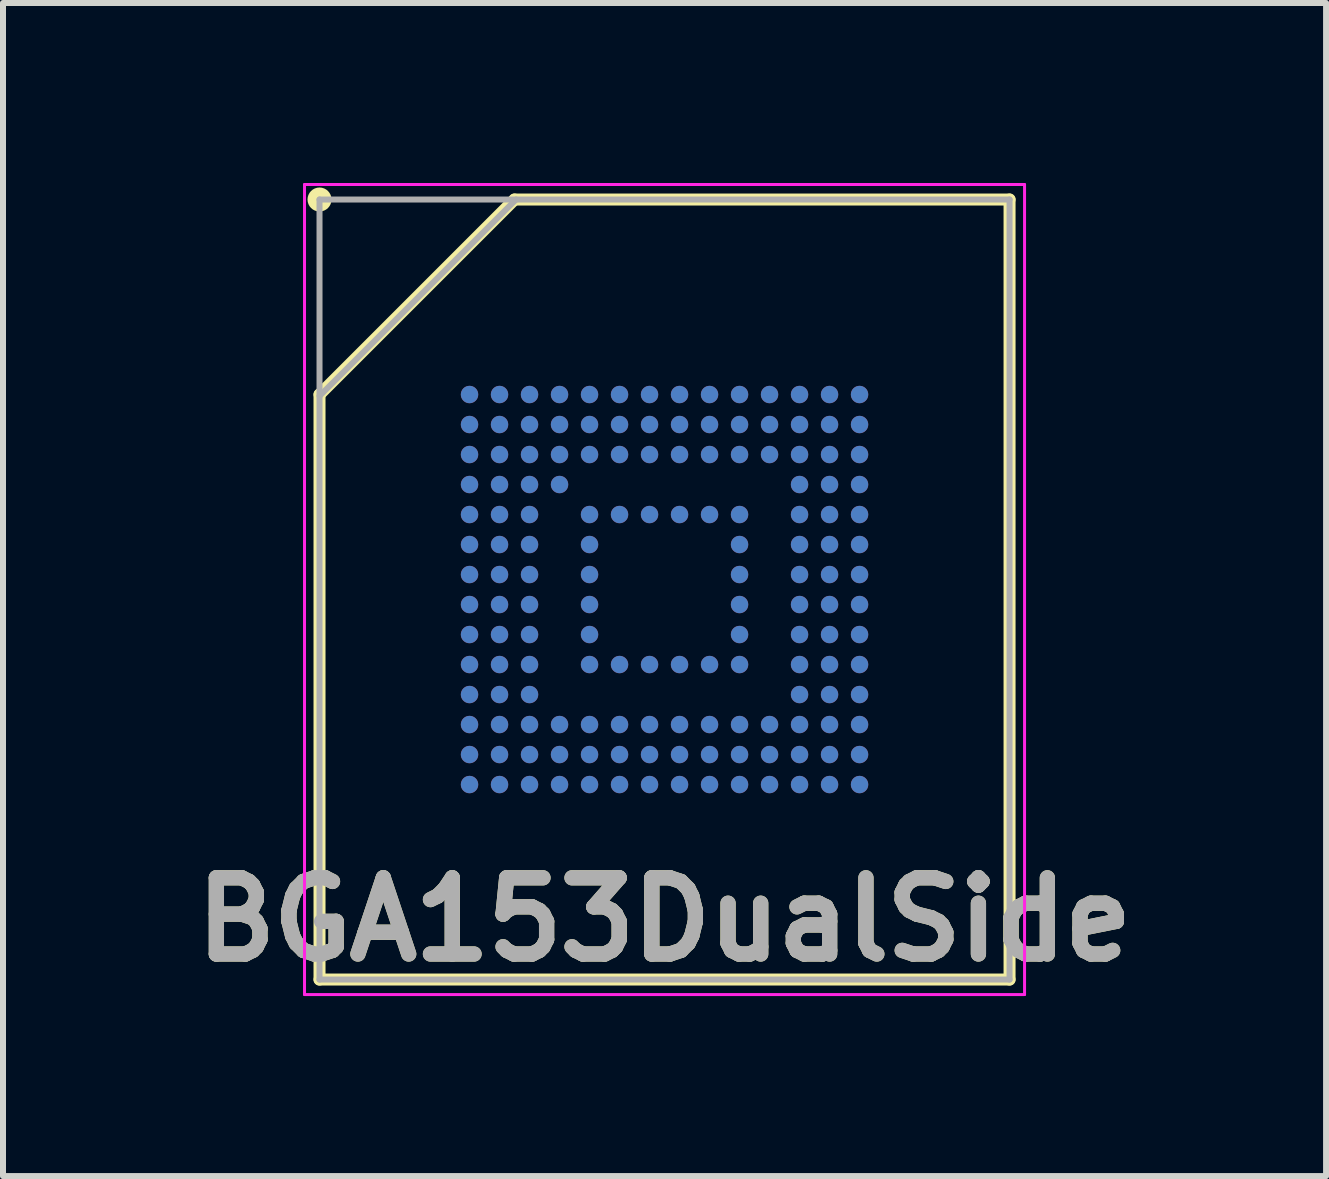
<source format=kicad_pcb>
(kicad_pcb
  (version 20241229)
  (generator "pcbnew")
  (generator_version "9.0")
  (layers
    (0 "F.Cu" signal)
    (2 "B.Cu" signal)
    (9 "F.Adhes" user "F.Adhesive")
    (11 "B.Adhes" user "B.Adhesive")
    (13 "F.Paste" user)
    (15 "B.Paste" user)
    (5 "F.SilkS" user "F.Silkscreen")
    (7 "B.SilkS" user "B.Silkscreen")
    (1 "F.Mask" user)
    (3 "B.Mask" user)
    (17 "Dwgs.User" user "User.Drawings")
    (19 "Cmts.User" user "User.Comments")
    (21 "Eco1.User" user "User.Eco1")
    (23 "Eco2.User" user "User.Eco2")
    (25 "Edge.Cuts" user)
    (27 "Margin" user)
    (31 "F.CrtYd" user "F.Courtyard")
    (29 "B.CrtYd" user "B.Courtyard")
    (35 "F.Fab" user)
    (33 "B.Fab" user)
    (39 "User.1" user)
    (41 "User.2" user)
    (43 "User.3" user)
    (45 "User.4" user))
  (footprint "BGA153DualSide"
    (layer "F.Cu")
    (at 8.025 6.775)
    (property "Reference" "BGA153DualSide" (at 0 5.5 0) (layer "F.SilkS") (effects (font (size 1.27 1.27) (thickness 0.254))))
    (attr smd)
    (fp_line (start -5.75 -3.25) (end -2.5 -6.5) (stroke (width 0.2) (type solid)) (layer "F.SilkS"))
    (fp_line (start -5.75 6.5) (end -5.75 -3.25) (stroke (width 0.2) (type solid)) (layer "F.SilkS"))
    (fp_line (start -2.5 -6.5) (end 5.75 -6.5) (stroke (width 0.2) (type solid)) (layer "F.SilkS"))
    (fp_line (start 5.75 -6.5) (end 5.75 6.5) (stroke (width 0.2) (type solid)) (layer "F.SilkS"))
    (fp_line (start 5.75 6.5) (end -5.75 6.5) (stroke (width 0.2) (type solid)) (layer "F.SilkS"))
    (fp_circle (center -5.75 -6.5) (end -5.75 -6.4) (stroke (width 0.2) (type solid)) (fill no) (layer "F.SilkS"))
    (fp_line (start -6 -6.75) (end 6 -6.75) (stroke (width 0.05) (type solid)) (layer "F.CrtYd"))
    (fp_line (start -6 6.75) (end -6 -6.75) (stroke (width 0.05) (type solid)) (layer "F.CrtYd"))
    (fp_line (start 6 -6.75) (end 6 6.75) (stroke (width 0.05) (type solid)) (layer "F.CrtYd"))
    (fp_line (start 6 6.75) (end -6 6.75) (stroke (width 0.05) (type solid)) (layer "F.CrtYd"))
    (fp_line (start -5.75 -6.5) (end 5.75 -6.5) (stroke (width 0.1) (type solid)) (layer "F.Fab"))
    (fp_line (start -5.75 -3.225) (end -2.475 -6.5) (stroke (width 0.1) (type solid)) (layer "F.Fab"))
    (fp_line (start -5.75 6.5) (end -5.75 -6.5) (stroke (width 0.1) (type solid)) (layer "F.Fab"))
    (fp_line (start 5.75 -6.5) (end 5.75 6.5) (stroke (width 0.1) (type solid)) (layer "F.Fab"))
    (fp_line (start 5.75 6.5) (end -5.75 6.5) (stroke (width 0.1) (type solid)) (layer "F.Fab"))
    (fp_text user "${REFERENCE}" (at 0 5.5 0) (layer "F.Fab") (effects (font (size 1.27 1.27) (thickness 0.254))))
    (pad "A1" smd circle (at -3.25 -3.25 90) (size 0.29 0.29) (layers "F.Cu" "F.Mask" "F.Paste"))
    (pad "A1" smd circle (at -3.25 -3.25 90) (size 0.29 0.29) (layers "B.Cu" "B.Mask" "B.Paste"))
    (pad "A2" smd circle (at -2.75 -3.25 90) (size 0.29 0.29) (layers "F.Cu" "F.Mask" "F.Paste"))
    (pad "A2" smd circle (at -2.75 -3.25 90) (size 0.29 0.29) (layers "B.Cu" "B.Mask" "B.Paste"))
    (pad "A3" smd circle (at -2.25 -3.25 90) (size 0.29 0.29) (layers "F.Cu" "F.Mask" "F.Paste"))
    (pad "A3" smd circle (at -2.25 -3.25 90) (size 0.29 0.29) (layers "B.Cu" "B.Mask" "B.Paste"))
    (pad "A4" smd circle (at -1.75 -3.25 90) (size 0.29 0.29) (layers "F.Cu" "F.Mask" "F.Paste"))
    (pad "A4" smd circle (at -1.75 -3.25 90) (size 0.29 0.29) (layers "B.Cu" "B.Mask" "B.Paste"))
    (pad "A5" smd circle (at -1.25 -3.25 90) (size 0.29 0.29) (layers "F.Cu" "F.Mask" "F.Paste"))
    (pad "A5" smd circle (at -1.25 -3.25 90) (size 0.29 0.29) (layers "B.Cu" "B.Mask" "B.Paste"))
    (pad "A6" smd circle (at -0.75 -3.25 90) (size 0.29 0.29) (layers "F.Cu" "F.Mask" "F.Paste"))
    (pad "A6" smd circle (at -0.75 -3.25 90) (size 0.29 0.29) (layers "B.Cu" "B.Mask" "B.Paste"))
    (pad "A7" smd circle (at -0.25 -3.25 90) (size 0.29 0.29) (layers "F.Cu" "F.Mask" "F.Paste"))
    (pad "A7" smd circle (at -0.25 -3.25 90) (size 0.29 0.29) (layers "B.Cu" "B.Mask" "B.Paste"))
    (pad "A8" smd circle (at 0.25 -3.25 90) (size 0.29 0.29) (layers "F.Cu" "F.Mask" "F.Paste"))
    (pad "A8" smd circle (at 0.25 -3.25 90) (size 0.29 0.29) (layers "B.Cu" "B.Mask" "B.Paste"))
    (pad "A9" smd circle (at 0.75 -3.25 90) (size 0.29 0.29) (layers "F.Cu" "F.Mask" "F.Paste"))
    (pad "A9" smd circle (at 0.75 -3.25 90) (size 0.29 0.29) (layers "B.Cu" "B.Mask" "B.Paste"))
    (pad "A10" smd circle (at 1.25 -3.25 90) (size 0.29 0.29) (layers "F.Cu" "F.Mask" "F.Paste"))
    (pad "A10" smd circle (at 1.25 -3.25 90) (size 0.29 0.29) (layers "B.Cu" "B.Mask" "B.Paste"))
    (pad "A11" smd circle (at 1.75 -3.25 90) (size 0.29 0.29) (layers "F.Cu" "F.Mask" "F.Paste"))
    (pad "A11" smd circle (at 1.75 -3.25 90) (size 0.29 0.29) (layers "B.Cu" "B.Mask" "B.Paste"))
    (pad "A12" smd circle (at 2.25 -3.25 90) (size 0.29 0.29) (layers "F.Cu" "F.Mask" "F.Paste"))
    (pad "A12" smd circle (at 2.25 -3.25 90) (size 0.29 0.29) (layers "B.Cu" "B.Mask" "B.Paste"))
    (pad "A13" smd circle (at 2.75 -3.25 90) (size 0.29 0.29) (layers "F.Cu" "F.Mask" "F.Paste"))
    (pad "A13" smd circle (at 2.75 -3.25 90) (size 0.29 0.29) (layers "B.Cu" "B.Mask" "B.Paste"))
    (pad "A14" smd circle (at 3.25 -3.25 90) (size 0.29 0.29) (layers "F.Cu" "F.Mask" "F.Paste"))
    (pad "A14" smd circle (at 3.25 -3.25 90) (size 0.29 0.29) (layers "B.Cu" "B.Mask" "B.Paste"))
    (pad "B1" smd circle (at -3.25 -2.75 90) (size 0.29 0.29) (layers "F.Cu" "F.Mask" "F.Paste"))
    (pad "B1" smd circle (at -3.25 -2.75 90) (size 0.29 0.29) (layers "B.Cu" "B.Mask" "B.Paste"))
    (pad "B2" smd circle (at -2.75 -2.75 90) (size 0.29 0.29) (layers "F.Cu" "F.Mask" "F.Paste"))
    (pad "B2" smd circle (at -2.75 -2.75 90) (size 0.29 0.29) (layers "B.Cu" "B.Mask" "B.Paste"))
    (pad "B3" smd circle (at -2.25 -2.75 90) (size 0.29 0.29) (layers "F.Cu" "F.Mask" "F.Paste"))
    (pad "B3" smd circle (at -2.25 -2.75 90) (size 0.29 0.29) (layers "B.Cu" "B.Mask" "B.Paste"))
    (pad "B4" smd circle (at -1.75 -2.75 90) (size 0.29 0.29) (layers "F.Cu" "F.Mask" "F.Paste"))
    (pad "B4" smd circle (at -1.75 -2.75 90) (size 0.29 0.29) (layers "B.Cu" "B.Mask" "B.Paste"))
    (pad "B5" smd circle (at -1.25 -2.75 90) (size 0.29 0.29) (layers "F.Cu" "F.Mask" "F.Paste"))
    (pad "B5" smd circle (at -1.25 -2.75 90) (size 0.29 0.29) (layers "B.Cu" "B.Mask" "B.Paste"))
    (pad "B6" smd circle (at -0.75 -2.75 90) (size 0.29 0.29) (layers "F.Cu" "F.Mask" "F.Paste"))
    (pad "B6" smd circle (at -0.75 -2.75 90) (size 0.29 0.29) (layers "B.Cu" "B.Mask" "B.Paste"))
    (pad "B7" smd circle (at -0.25 -2.75 90) (size 0.29 0.29) (layers "F.Cu" "F.Mask" "F.Paste"))
    (pad "B7" smd circle (at -0.25 -2.75 90) (size 0.29 0.29) (layers "B.Cu" "B.Mask" "B.Paste"))
    (pad "B8" smd circle (at 0.25 -2.75 90) (size 0.29 0.29) (layers "F.Cu" "F.Mask" "F.Paste"))
    (pad "B8" smd circle (at 0.25 -2.75 90) (size 0.29 0.29) (layers "B.Cu" "B.Mask" "B.Paste"))
    (pad "B9" smd circle (at 0.75 -2.75 90) (size 0.29 0.29) (layers "F.Cu" "F.Mask" "F.Paste"))
    (pad "B9" smd circle (at 0.75 -2.75 90) (size 0.29 0.29) (layers "B.Cu" "B.Mask" "B.Paste"))
    (pad "B10" smd circle (at 1.25 -2.75 90) (size 0.29 0.29) (layers "F.Cu" "F.Mask" "F.Paste"))
    (pad "B10" smd circle (at 1.25 -2.75 90) (size 0.29 0.29) (layers "B.Cu" "B.Mask" "B.Paste"))
    (pad "B11" smd circle (at 1.75 -2.75 90) (size 0.29 0.29) (layers "F.Cu" "F.Mask" "F.Paste"))
    (pad "B11" smd circle (at 1.75 -2.75 90) (size 0.29 0.29) (layers "B.Cu" "B.Mask" "B.Paste"))
    (pad "B12" smd circle (at 2.25 -2.75 90) (size 0.29 0.29) (layers "F.Cu" "F.Mask" "F.Paste"))
    (pad "B12" smd circle (at 2.25 -2.75 90) (size 0.29 0.29) (layers "B.Cu" "B.Mask" "B.Paste"))
    (pad "B13" smd circle (at 2.75 -2.75 90) (size 0.29 0.29) (layers "F.Cu" "F.Mask" "F.Paste"))
    (pad "B13" smd circle (at 2.75 -2.75 90) (size 0.29 0.29) (layers "B.Cu" "B.Mask" "B.Paste"))
    (pad "B14" smd circle (at 3.25 -2.75 90) (size 0.29 0.29) (layers "F.Cu" "F.Mask" "F.Paste"))
    (pad "B14" smd circle (at 3.25 -2.75 90) (size 0.29 0.29) (layers "B.Cu" "B.Mask" "B.Paste"))
    (pad "C1" smd circle (at -3.25 -2.25 90) (size 0.29 0.29) (layers "F.Cu" "F.Mask" "F.Paste"))
    (pad "C1" smd circle (at -3.25 -2.25 90) (size 0.29 0.29) (layers "B.Cu" "B.Mask" "B.Paste"))
    (pad "C2" smd circle (at -2.75 -2.25 90) (size 0.29 0.29) (layers "F.Cu" "F.Mask" "F.Paste"))
    (pad "C2" smd circle (at -2.75 -2.25 90) (size 0.29 0.29) (layers "B.Cu" "B.Mask" "B.Paste"))
    (pad "C3" smd circle (at -2.25 -2.25 90) (size 0.29 0.29) (layers "F.Cu" "F.Mask" "F.Paste"))
    (pad "C3" smd circle (at -2.25 -2.25 90) (size 0.29 0.29) (layers "B.Cu" "B.Mask" "B.Paste"))
    (pad "C4" smd circle (at -1.75 -2.25 90) (size 0.29 0.29) (layers "F.Cu" "F.Mask" "F.Paste"))
    (pad "C4" smd circle (at -1.75 -2.25 90) (size 0.29 0.29) (layers "B.Cu" "B.Mask" "B.Paste"))
    (pad "C5" smd circle (at -1.25 -2.25 90) (size 0.29 0.29) (layers "F.Cu" "F.Mask" "F.Paste"))
    (pad "C5" smd circle (at -1.25 -2.25 90) (size 0.29 0.29) (layers "B.Cu" "B.Mask" "B.Paste"))
    (pad "C6" smd circle (at -0.75 -2.25 90) (size 0.29 0.29) (layers "F.Cu" "F.Mask" "F.Paste"))
    (pad "C6" smd circle (at -0.75 -2.25 90) (size 0.29 0.29) (layers "B.Cu" "B.Mask" "B.Paste"))
    (pad "C7" smd circle (at -0.25 -2.25 90) (size 0.29 0.29) (layers "F.Cu" "F.Mask" "F.Paste"))
    (pad "C7" smd circle (at -0.25 -2.25 90) (size 0.29 0.29) (layers "B.Cu" "B.Mask" "B.Paste"))
    (pad "C8" smd circle (at 0.25 -2.25 90) (size 0.29 0.29) (layers "F.Cu" "F.Mask" "F.Paste"))
    (pad "C8" smd circle (at 0.25 -2.25 90) (size 0.29 0.29) (layers "B.Cu" "B.Mask" "B.Paste"))
    (pad "C9" smd circle (at 0.75 -2.25 90) (size 0.29 0.29) (layers "F.Cu" "F.Mask" "F.Paste"))
    (pad "C9" smd circle (at 0.75 -2.25 90) (size 0.29 0.29) (layers "B.Cu" "B.Mask" "B.Paste"))
    (pad "C10" smd circle (at 1.25 -2.25 90) (size 0.29 0.29) (layers "F.Cu" "F.Mask" "F.Paste"))
    (pad "C10" smd circle (at 1.25 -2.25 90) (size 0.29 0.29) (layers "B.Cu" "B.Mask" "B.Paste"))
    (pad "C11" smd circle (at 1.75 -2.25 90) (size 0.29 0.29) (layers "F.Cu" "F.Mask" "F.Paste"))
    (pad "C11" smd circle (at 1.75 -2.25 90) (size 0.29 0.29) (layers "B.Cu" "B.Mask" "B.Paste"))
    (pad "C12" smd circle (at 2.25 -2.25 90) (size 0.29 0.29) (layers "F.Cu" "F.Mask" "F.Paste"))
    (pad "C12" smd circle (at 2.25 -2.25 90) (size 0.29 0.29) (layers "B.Cu" "B.Mask" "B.Paste"))
    (pad "C13" smd circle (at 2.75 -2.25 90) (size 0.29 0.29) (layers "F.Cu" "F.Mask" "F.Paste"))
    (pad "C13" smd circle (at 2.75 -2.25 90) (size 0.29 0.29) (layers "B.Cu" "B.Mask" "B.Paste"))
    (pad "C14" smd circle (at 3.25 -2.25 90) (size 0.29 0.29) (layers "F.Cu" "F.Mask" "F.Paste"))
    (pad "C14" smd circle (at 3.25 -2.25 90) (size 0.29 0.29) (layers "B.Cu" "B.Mask" "B.Paste"))
    (pad "D1" smd circle (at -3.25 -1.75 90) (size 0.29 0.29) (layers "F.Cu" "F.Mask" "F.Paste"))
    (pad "D1" smd circle (at -3.25 -1.75 90) (size 0.29 0.29) (layers "B.Cu" "B.Mask" "B.Paste"))
    (pad "D2" smd circle (at -2.75 -1.75 90) (size 0.29 0.29) (layers "F.Cu" "F.Mask" "F.Paste"))
    (pad "D2" smd circle (at -2.75 -1.75 90) (size 0.29 0.29) (layers "B.Cu" "B.Mask" "B.Paste"))
    (pad "D3" smd circle (at -2.25 -1.75 90) (size 0.29 0.29) (layers "F.Cu" "F.Mask" "F.Paste"))
    (pad "D3" smd circle (at -2.25 -1.75 90) (size 0.29 0.29) (layers "B.Cu" "B.Mask" "B.Paste"))
    (pad "D4" smd circle (at -1.75 -1.75 90) (size 0.29 0.29) (layers "F.Cu" "F.Mask" "F.Paste"))
    (pad "D4" smd circle (at -1.75 -1.75 90) (size 0.29 0.29) (layers "B.Cu" "B.Mask" "B.Paste"))
    (pad "D12" smd circle (at 2.25 -1.75 90) (size 0.29 0.29) (layers "F.Cu" "F.Mask" "F.Paste"))
    (pad "D12" smd circle (at 2.25 -1.75 90) (size 0.29 0.29) (layers "B.Cu" "B.Mask" "B.Paste"))
    (pad "D13" smd circle (at 2.75 -1.75 90) (size 0.29 0.29) (layers "F.Cu" "F.Mask" "F.Paste"))
    (pad "D13" smd circle (at 2.75 -1.75 90) (size 0.29 0.29) (layers "B.Cu" "B.Mask" "B.Paste"))
    (pad "D14" smd circle (at 3.25 -1.75 90) (size 0.29 0.29) (layers "F.Cu" "F.Mask" "F.Paste"))
    (pad "D14" smd circle (at 3.25 -1.75 90) (size 0.29 0.29) (layers "B.Cu" "B.Mask" "B.Paste"))
    (pad "E1" smd circle (at -3.25 -1.25 90) (size 0.29 0.29) (layers "F.Cu" "F.Mask" "F.Paste"))
    (pad "E1" smd circle (at -3.25 -1.25 90) (size 0.29 0.29) (layers "B.Cu" "B.Mask" "B.Paste"))
    (pad "E2" smd circle (at -2.75 -1.25 90) (size 0.29 0.29) (layers "F.Cu" "F.Mask" "F.Paste"))
    (pad "E2" smd circle (at -2.75 -1.25 90) (size 0.29 0.29) (layers "B.Cu" "B.Mask" "B.Paste"))
    (pad "E3" smd circle (at -2.25 -1.25 90) (size 0.29 0.29) (layers "F.Cu" "F.Mask" "F.Paste"))
    (pad "E3" smd circle (at -2.25 -1.25 90) (size 0.29 0.29) (layers "B.Cu" "B.Mask" "B.Paste"))
    (pad "E5" smd circle (at -1.25 -1.25 90) (size 0.29 0.29) (layers "F.Cu" "F.Mask" "F.Paste"))
    (pad "E5" smd circle (at -1.25 -1.25 90) (size 0.29 0.29) (layers "B.Cu" "B.Mask" "B.Paste"))
    (pad "E6" smd circle (at -0.75 -1.25 90) (size 0.29 0.29) (layers "F.Cu" "F.Mask" "F.Paste"))
    (pad "E6" smd circle (at -0.75 -1.25 90) (size 0.29 0.29) (layers "B.Cu" "B.Mask" "B.Paste"))
    (pad "E7" smd circle (at -0.25 -1.25 90) (size 0.29 0.29) (layers "F.Cu" "F.Mask" "F.Paste"))
    (pad "E7" smd circle (at -0.25 -1.25 90) (size 0.29 0.29) (layers "B.Cu" "B.Mask" "B.Paste"))
    (pad "E8" smd circle (at 0.25 -1.25 90) (size 0.29 0.29) (layers "F.Cu" "F.Mask" "F.Paste"))
    (pad "E8" smd circle (at 0.25 -1.25 90) (size 0.29 0.29) (layers "B.Cu" "B.Mask" "B.Paste"))
    (pad "E9" smd circle (at 0.75 -1.25 90) (size 0.29 0.29) (layers "F.Cu" "F.Mask" "F.Paste"))
    (pad "E9" smd circle (at 0.75 -1.25 90) (size 0.29 0.29) (layers "B.Cu" "B.Mask" "B.Paste"))
    (pad "E10" smd circle (at 1.25 -1.25 90) (size 0.29 0.29) (layers "F.Cu" "F.Mask" "F.Paste"))
    (pad "E10" smd circle (at 1.25 -1.25 90) (size 0.29 0.29) (layers "B.Cu" "B.Mask" "B.Paste"))
    (pad "E12" smd circle (at 2.25 -1.25 90) (size 0.29 0.29) (layers "F.Cu" "F.Mask" "F.Paste"))
    (pad "E12" smd circle (at 2.25 -1.25 90) (size 0.29 0.29) (layers "B.Cu" "B.Mask" "B.Paste"))
    (pad "E13" smd circle (at 2.75 -1.25 90) (size 0.29 0.29) (layers "F.Cu" "F.Mask" "F.Paste"))
    (pad "E13" smd circle (at 2.75 -1.25 90) (size 0.29 0.29) (layers "B.Cu" "B.Mask" "B.Paste"))
    (pad "E14" smd circle (at 3.25 -1.25 90) (size 0.29 0.29) (layers "F.Cu" "F.Mask" "F.Paste"))
    (pad "E14" smd circle (at 3.25 -1.25 90) (size 0.29 0.29) (layers "B.Cu" "B.Mask" "B.Paste"))
    (pad "F1" smd circle (at -3.25 -0.75 90) (size 0.29 0.29) (layers "F.Cu" "F.Mask" "F.Paste"))
    (pad "F1" smd circle (at -3.25 -0.75 90) (size 0.29 0.29) (layers "B.Cu" "B.Mask" "B.Paste"))
    (pad "F2" smd circle (at -2.75 -0.75 90) (size 0.29 0.29) (layers "F.Cu" "F.Mask" "F.Paste"))
    (pad "F2" smd circle (at -2.75 -0.75 90) (size 0.29 0.29) (layers "B.Cu" "B.Mask" "B.Paste"))
    (pad "F3" smd circle (at -2.25 -0.75 90) (size 0.29 0.29) (layers "F.Cu" "F.Mask" "F.Paste"))
    (pad "F3" smd circle (at -2.25 -0.75 90) (size 0.29 0.29) (layers "B.Cu" "B.Mask" "B.Paste"))
    (pad "F5" smd circle (at -1.25 -0.75 90) (size 0.29 0.29) (layers "F.Cu" "F.Mask" "F.Paste"))
    (pad "F5" smd circle (at -1.25 -0.75 90) (size 0.29 0.29) (layers "B.Cu" "B.Mask" "B.Paste"))
    (pad "F10" smd circle (at 1.25 -0.75 90) (size 0.29 0.29) (layers "F.Cu" "F.Mask" "F.Paste"))
    (pad "F10" smd circle (at 1.25 -0.75 90) (size 0.29 0.29) (layers "B.Cu" "B.Mask" "B.Paste"))
    (pad "F12" smd circle (at 2.25 -0.75 90) (size 0.29 0.29) (layers "F.Cu" "F.Mask" "F.Paste"))
    (pad "F12" smd circle (at 2.25 -0.75 90) (size 0.29 0.29) (layers "B.Cu" "B.Mask" "B.Paste"))
    (pad "F13" smd circle (at 2.75 -0.75 90) (size 0.29 0.29) (layers "F.Cu" "F.Mask" "F.Paste"))
    (pad "F13" smd circle (at 2.75 -0.75 90) (size 0.29 0.29) (layers "B.Cu" "B.Mask" "B.Paste"))
    (pad "F14" smd circle (at 3.25 -0.75 90) (size 0.29 0.29) (layers "F.Cu" "F.Mask" "F.Paste"))
    (pad "F14" smd circle (at 3.25 -0.75 90) (size 0.29 0.29) (layers "B.Cu" "B.Mask" "B.Paste"))
    (pad "G1" smd circle (at -3.25 -0.25 90) (size 0.29 0.29) (layers "F.Cu" "F.Mask" "F.Paste"))
    (pad "G1" smd circle (at -3.25 -0.25 90) (size 0.29 0.29) (layers "B.Cu" "B.Mask" "B.Paste"))
    (pad "G2" smd circle (at -2.75 -0.25 90) (size 0.29 0.29) (layers "F.Cu" "F.Mask" "F.Paste"))
    (pad "G2" smd circle (at -2.75 -0.25 90) (size 0.29 0.29) (layers "B.Cu" "B.Mask" "B.Paste"))
    (pad "G3" smd circle (at -2.25 -0.25 90) (size 0.29 0.29) (layers "F.Cu" "F.Mask" "F.Paste"))
    (pad "G3" smd circle (at -2.25 -0.25 90) (size 0.29 0.29) (layers "B.Cu" "B.Mask" "B.Paste"))
    (pad "G5" smd circle (at -1.25 -0.25 90) (size 0.29 0.29) (layers "F.Cu" "F.Mask" "F.Paste"))
    (pad "G5" smd circle (at -1.25 -0.25 90) (size 0.29 0.29) (layers "B.Cu" "B.Mask" "B.Paste"))
    (pad "G10" smd circle (at 1.25 -0.25 90) (size 0.29 0.29) (layers "F.Cu" "F.Mask" "F.Paste"))
    (pad "G10" smd circle (at 1.25 -0.25 90) (size 0.29 0.29) (layers "B.Cu" "B.Mask" "B.Paste"))
    (pad "G12" smd circle (at 2.25 -0.25 90) (size 0.29 0.29) (layers "F.Cu" "F.Mask" "F.Paste"))
    (pad "G12" smd circle (at 2.25 -0.25 90) (size 0.29 0.29) (layers "B.Cu" "B.Mask" "B.Paste"))
    (pad "G13" smd circle (at 2.75 -0.25 90) (size 0.29 0.29) (layers "F.Cu" "F.Mask" "F.Paste"))
    (pad "G13" smd circle (at 2.75 -0.25 90) (size 0.29 0.29) (layers "B.Cu" "B.Mask" "B.Paste"))
    (pad "G14" smd circle (at 3.25 -0.25 90) (size 0.29 0.29) (layers "F.Cu" "F.Mask" "F.Paste"))
    (pad "G14" smd circle (at 3.25 -0.25 90) (size 0.29 0.29) (layers "B.Cu" "B.Mask" "B.Paste"))
    (pad "H1" smd circle (at -3.25 0.25 90) (size 0.29 0.29) (layers "F.Cu" "F.Mask" "F.Paste"))
    (pad "H1" smd circle (at -3.25 0.25 90) (size 0.29 0.29) (layers "B.Cu" "B.Mask" "B.Paste"))
    (pad "H2" smd circle (at -2.75 0.25 90) (size 0.29 0.29) (layers "F.Cu" "F.Mask" "F.Paste"))
    (pad "H2" smd circle (at -2.75 0.25 90) (size 0.29 0.29) (layers "B.Cu" "B.Mask" "B.Paste"))
    (pad "H3" smd circle (at -2.25 0.25 90) (size 0.29 0.29) (layers "F.Cu" "F.Mask" "F.Paste"))
    (pad "H3" smd circle (at -2.25 0.25 90) (size 0.29 0.29) (layers "B.Cu" "B.Mask" "B.Paste"))
    (pad "H5" smd circle (at -1.25 0.25 90) (size 0.29 0.29) (layers "F.Cu" "F.Mask" "F.Paste"))
    (pad "H5" smd circle (at -1.25 0.25 90) (size 0.29 0.29) (layers "B.Cu" "B.Mask" "B.Paste"))
    (pad "H10" smd circle (at 1.25 0.25 90) (size 0.29 0.29) (layers "F.Cu" "F.Mask" "F.Paste"))
    (pad "H10" smd circle (at 1.25 0.25 90) (size 0.29 0.29) (layers "B.Cu" "B.Mask" "B.Paste"))
    (pad "H12" smd circle (at 2.25 0.25 90) (size 0.29 0.29) (layers "F.Cu" "F.Mask" "F.Paste"))
    (pad "H12" smd circle (at 2.25 0.25 90) (size 0.29 0.29) (layers "B.Cu" "B.Mask" "B.Paste"))
    (pad "H13" smd circle (at 2.75 0.25 90) (size 0.29 0.29) (layers "F.Cu" "F.Mask" "F.Paste"))
    (pad "H13" smd circle (at 2.75 0.25 90) (size 0.29 0.29) (layers "B.Cu" "B.Mask" "B.Paste"))
    (pad "H14" smd circle (at 3.25 0.25 90) (size 0.29 0.29) (layers "F.Cu" "F.Mask" "F.Paste"))
    (pad "H14" smd circle (at 3.25 0.25 90) (size 0.29 0.29) (layers "B.Cu" "B.Mask" "B.Paste"))
    (pad "J1" smd circle (at -3.25 0.75 90) (size 0.29 0.29) (layers "F.Cu" "F.Mask" "F.Paste"))
    (pad "J1" smd circle (at -3.25 0.75 90) (size 0.29 0.29) (layers "B.Cu" "B.Mask" "B.Paste"))
    (pad "J2" smd circle (at -2.75 0.75 90) (size 0.29 0.29) (layers "F.Cu" "F.Mask" "F.Paste"))
    (pad "J2" smd circle (at -2.75 0.75 90) (size 0.29 0.29) (layers "B.Cu" "B.Mask" "B.Paste"))
    (pad "J3" smd circle (at -2.25 0.75 90) (size 0.29 0.29) (layers "F.Cu" "F.Mask" "F.Paste"))
    (pad "J3" smd circle (at -2.25 0.75 90) (size 0.29 0.29) (layers "B.Cu" "B.Mask" "B.Paste"))
    (pad "J5" smd circle (at -1.25 0.75 90) (size 0.29 0.29) (layers "F.Cu" "F.Mask" "F.Paste"))
    (pad "J5" smd circle (at -1.25 0.75 90) (size 0.29 0.29) (layers "B.Cu" "B.Mask" "B.Paste"))
    (pad "J10" smd circle (at 1.25 0.75 90) (size 0.29 0.29) (layers "F.Cu" "F.Mask" "F.Paste"))
    (pad "J10" smd circle (at 1.25 0.75 90) (size 0.29 0.29) (layers "B.Cu" "B.Mask" "B.Paste"))
    (pad "J12" smd circle (at 2.25 0.75 90) (size 0.29 0.29) (layers "F.Cu" "F.Mask" "F.Paste"))
    (pad "J12" smd circle (at 2.25 0.75 90) (size 0.29 0.29) (layers "B.Cu" "B.Mask" "B.Paste"))
    (pad "J13" smd circle (at 2.75 0.75 90) (size 0.29 0.29) (layers "F.Cu" "F.Mask" "F.Paste"))
    (pad "J13" smd circle (at 2.75 0.75 90) (size 0.29 0.29) (layers "B.Cu" "B.Mask" "B.Paste"))
    (pad "J14" smd circle (at 3.25 0.75 90) (size 0.29 0.29) (layers "F.Cu" "F.Mask" "F.Paste"))
    (pad "J14" smd circle (at 3.25 0.75 90) (size 0.29 0.29) (layers "B.Cu" "B.Mask" "B.Paste"))
    (pad "K1" smd circle (at -3.25 1.25 90) (size 0.29 0.29) (layers "F.Cu" "F.Mask" "F.Paste"))
    (pad "K1" smd circle (at -3.25 1.25 90) (size 0.29 0.29) (layers "B.Cu" "B.Mask" "B.Paste"))
    (pad "K2" smd circle (at -2.75 1.25 90) (size 0.29 0.29) (layers "F.Cu" "F.Mask" "F.Paste"))
    (pad "K2" smd circle (at -2.75 1.25 90) (size 0.29 0.29) (layers "B.Cu" "B.Mask" "B.Paste"))
    (pad "K3" smd circle (at -2.25 1.25 90) (size 0.29 0.29) (layers "F.Cu" "F.Mask" "F.Paste"))
    (pad "K3" smd circle (at -2.25 1.25 90) (size 0.29 0.29) (layers "B.Cu" "B.Mask" "B.Paste"))
    (pad "K5" smd circle (at -1.25 1.25 90) (size 0.29 0.29) (layers "F.Cu" "F.Mask" "F.Paste"))
    (pad "K5" smd circle (at -1.25 1.25 90) (size 0.29 0.29) (layers "B.Cu" "B.Mask" "B.Paste"))
    (pad "K6" smd circle (at -0.75 1.25 90) (size 0.29 0.29) (layers "F.Cu" "F.Mask" "F.Paste"))
    (pad "K6" smd circle (at -0.75 1.25 90) (size 0.29 0.29) (layers "B.Cu" "B.Mask" "B.Paste"))
    (pad "K7" smd circle (at -0.25 1.25 90) (size 0.29 0.29) (layers "F.Cu" "F.Mask" "F.Paste"))
    (pad "K7" smd circle (at -0.25 1.25 90) (size 0.29 0.29) (layers "B.Cu" "B.Mask" "B.Paste"))
    (pad "K8" smd circle (at 0.25 1.25 90) (size 0.29 0.29) (layers "F.Cu" "F.Mask" "F.Paste"))
    (pad "K8" smd circle (at 0.25 1.25 90) (size 0.29 0.29) (layers "B.Cu" "B.Mask" "B.Paste"))
    (pad "K9" smd circle (at 0.75 1.25 90) (size 0.29 0.29) (layers "F.Cu" "F.Mask" "F.Paste"))
    (pad "K9" smd circle (at 0.75 1.25 90) (size 0.29 0.29) (layers "B.Cu" "B.Mask" "B.Paste"))
    (pad "K10" smd circle (at 1.25 1.25 90) (size 0.29 0.29) (layers "F.Cu" "F.Mask" "F.Paste"))
    (pad "K10" smd circle (at 1.25 1.25 90) (size 0.29 0.29) (layers "B.Cu" "B.Mask" "B.Paste"))
    (pad "K12" smd circle (at 2.25 1.25 90) (size 0.29 0.29) (layers "F.Cu" "F.Mask" "F.Paste"))
    (pad "K12" smd circle (at 2.25 1.25 90) (size 0.29 0.29) (layers "B.Cu" "B.Mask" "B.Paste"))
    (pad "K13" smd circle (at 2.75 1.25 90) (size 0.29 0.29) (layers "F.Cu" "F.Mask" "F.Paste"))
    (pad "K13" smd circle (at 2.75 1.25 90) (size 0.29 0.29) (layers "B.Cu" "B.Mask" "B.Paste"))
    (pad "K14" smd circle (at 3.25 1.25 90) (size 0.29 0.29) (layers "F.Cu" "F.Mask" "F.Paste"))
    (pad "K14" smd circle (at 3.25 1.25 90) (size 0.29 0.29) (layers "B.Cu" "B.Mask" "B.Paste"))
    (pad "L1" smd circle (at -3.25 1.75 90) (size 0.29 0.29) (layers "F.Cu" "F.Mask" "F.Paste"))
    (pad "L1" smd circle (at -3.25 1.75 90) (size 0.29 0.29) (layers "B.Cu" "B.Mask" "B.Paste"))
    (pad "L2" smd circle (at -2.75 1.75 90) (size 0.29 0.29) (layers "F.Cu" "F.Mask" "F.Paste"))
    (pad "L2" smd circle (at -2.75 1.75 90) (size 0.29 0.29) (layers "B.Cu" "B.Mask" "B.Paste"))
    (pad "L3" smd circle (at -2.25 1.75 90) (size 0.29 0.29) (layers "F.Cu" "F.Mask" "F.Paste"))
    (pad "L3" smd circle (at -2.25 1.75 90) (size 0.29 0.29) (layers "B.Cu" "B.Mask" "B.Paste"))
    (pad "L12" smd circle (at 2.25 1.75 90) (size 0.29 0.29) (layers "F.Cu" "F.Mask" "F.Paste"))
    (pad "L12" smd circle (at 2.25 1.75 90) (size 0.29 0.29) (layers "B.Cu" "B.Mask" "B.Paste"))
    (pad "L13" smd circle (at 2.75 1.75 90) (size 0.29 0.29) (layers "F.Cu" "F.Mask" "F.Paste"))
    (pad "L13" smd circle (at 2.75 1.75 90) (size 0.29 0.29) (layers "B.Cu" "B.Mask" "B.Paste"))
    (pad "L14" smd circle (at 3.25 1.75 90) (size 0.29 0.29) (layers "F.Cu" "F.Mask" "F.Paste"))
    (pad "L14" smd circle (at 3.25 1.75 90) (size 0.29 0.29) (layers "B.Cu" "B.Mask" "B.Paste"))
    (pad "M1" smd circle (at -3.25 2.25 90) (size 0.29 0.29) (layers "F.Cu" "F.Mask" "F.Paste"))
    (pad "M1" smd circle (at -3.25 2.25 90) (size 0.29 0.29) (layers "B.Cu" "B.Mask" "B.Paste"))
    (pad "M2" smd circle (at -2.75 2.25 90) (size 0.29 0.29) (layers "F.Cu" "F.Mask" "F.Paste"))
    (pad "M2" smd circle (at -2.75 2.25 90) (size 0.29 0.29) (layers "B.Cu" "B.Mask" "B.Paste"))
    (pad "M3" smd circle (at -2.25 2.25 90) (size 0.29 0.29) (layers "F.Cu" "F.Mask" "F.Paste"))
    (pad "M3" smd circle (at -2.25 2.25 90) (size 0.29 0.29) (layers "B.Cu" "B.Mask" "B.Paste"))
    (pad "M4" smd circle (at -1.75 2.25 90) (size 0.29 0.29) (layers "F.Cu" "F.Mask" "F.Paste"))
    (pad "M4" smd circle (at -1.75 2.25 90) (size 0.29 0.29) (layers "B.Cu" "B.Mask" "B.Paste"))
    (pad "M5" smd circle (at -1.25 2.25 90) (size 0.29 0.29) (layers "F.Cu" "F.Mask" "F.Paste"))
    (pad "M5" smd circle (at -1.25 2.25 90) (size 0.29 0.29) (layers "B.Cu" "B.Mask" "B.Paste"))
    (pad "M6" smd circle (at -0.75 2.25 90) (size 0.29 0.29) (layers "F.Cu" "F.Mask" "F.Paste"))
    (pad "M6" smd circle (at -0.75 2.25 90) (size 0.29 0.29) (layers "B.Cu" "B.Mask" "B.Paste"))
    (pad "M7" smd circle (at -0.25 2.25 90) (size 0.29 0.29) (layers "F.Cu" "F.Mask" "F.Paste"))
    (pad "M7" smd circle (at -0.25 2.25 90) (size 0.29 0.29) (layers "B.Cu" "B.Mask" "B.Paste"))
    (pad "M8" smd circle (at 0.25 2.25 90) (size 0.29 0.29) (layers "F.Cu" "F.Mask" "F.Paste"))
    (pad "M8" smd circle (at 0.25 2.25 90) (size 0.29 0.29) (layers "B.Cu" "B.Mask" "B.Paste"))
    (pad "M9" smd circle (at 0.75 2.25 90) (size 0.29 0.29) (layers "F.Cu" "F.Mask" "F.Paste"))
    (pad "M9" smd circle (at 0.75 2.25 90) (size 0.29 0.29) (layers "B.Cu" "B.Mask" "B.Paste"))
    (pad "M10" smd circle (at 1.25 2.25 90) (size 0.29 0.29) (layers "F.Cu" "F.Mask" "F.Paste"))
    (pad "M10" smd circle (at 1.25 2.25 90) (size 0.29 0.29) (layers "B.Cu" "B.Mask" "B.Paste"))
    (pad "M11" smd circle (at 1.75 2.25 90) (size 0.29 0.29) (layers "F.Cu" "F.Mask" "F.Paste"))
    (pad "M11" smd circle (at 1.75 2.25 90) (size 0.29 0.29) (layers "B.Cu" "B.Mask" "B.Paste"))
    (pad "M12" smd circle (at 2.25 2.25 90) (size 0.29 0.29) (layers "F.Cu" "F.Mask" "F.Paste"))
    (pad "M12" smd circle (at 2.25 2.25 90) (size 0.29 0.29) (layers "B.Cu" "B.Mask" "B.Paste"))
    (pad "M13" smd circle (at 2.75 2.25 90) (size 0.29 0.29) (layers "F.Cu" "F.Mask" "F.Paste"))
    (pad "M13" smd circle (at 2.75 2.25 90) (size 0.29 0.29) (layers "B.Cu" "B.Mask" "B.Paste"))
    (pad "M14" smd circle (at 3.25 2.25 90) (size 0.29 0.29) (layers "F.Cu" "F.Mask" "F.Paste"))
    (pad "M14" smd circle (at 3.25 2.25 90) (size 0.29 0.29) (layers "B.Cu" "B.Mask" "B.Paste"))
    (pad "N1" smd circle (at -3.25 2.75 90) (size 0.29 0.29) (layers "F.Cu" "F.Mask" "F.Paste"))
    (pad "N1" smd circle (at -3.25 2.75 90) (size 0.29 0.29) (layers "B.Cu" "B.Mask" "B.Paste"))
    (pad "N2" smd circle (at -2.75 2.75 90) (size 0.29 0.29) (layers "F.Cu" "F.Mask" "F.Paste"))
    (pad "N2" smd circle (at -2.75 2.75 90) (size 0.29 0.29) (layers "B.Cu" "B.Mask" "B.Paste"))
    (pad "N3" smd circle (at -2.25 2.75 90) (size 0.29 0.29) (layers "F.Cu" "F.Mask" "F.Paste"))
    (pad "N3" smd circle (at -2.25 2.75 90) (size 0.29 0.29) (layers "B.Cu" "B.Mask" "B.Paste"))
    (pad "N4" smd circle (at -1.75 2.75 90) (size 0.29 0.29) (layers "F.Cu" "F.Mask" "F.Paste"))
    (pad "N4" smd circle (at -1.75 2.75 90) (size 0.29 0.29) (layers "B.Cu" "B.Mask" "B.Paste"))
    (pad "N5" smd circle (at -1.25 2.75 90) (size 0.29 0.29) (layers "F.Cu" "F.Mask" "F.Paste"))
    (pad "N5" smd circle (at -1.25 2.75 90) (size 0.29 0.29) (layers "B.Cu" "B.Mask" "B.Paste"))
    (pad "N6" smd circle (at -0.75 2.75 90) (size 0.29 0.29) (layers "F.Cu" "F.Mask" "F.Paste"))
    (pad "N6" smd circle (at -0.75 2.75 90) (size 0.29 0.29) (layers "B.Cu" "B.Mask" "B.Paste"))
    (pad "N7" smd circle (at -0.25 2.75 90) (size 0.29 0.29) (layers "F.Cu" "F.Mask" "F.Paste"))
    (pad "N7" smd circle (at -0.25 2.75 90) (size 0.29 0.29) (layers "B.Cu" "B.Mask" "B.Paste"))
    (pad "N8" smd circle (at 0.25 2.75 90) (size 0.29 0.29) (layers "F.Cu" "F.Mask" "F.Paste"))
    (pad "N8" smd circle (at 0.25 2.75 90) (size 0.29 0.29) (layers "B.Cu" "B.Mask" "B.Paste"))
    (pad "N9" smd circle (at 0.75 2.75 90) (size 0.29 0.29) (layers "F.Cu" "F.Mask" "F.Paste"))
    (pad "N9" smd circle (at 0.75 2.75 90) (size 0.29 0.29) (layers "B.Cu" "B.Mask" "B.Paste"))
    (pad "N10" smd circle (at 1.25 2.75 90) (size 0.29 0.29) (layers "F.Cu" "F.Mask" "F.Paste"))
    (pad "N10" smd circle (at 1.25 2.75 90) (size 0.29 0.29) (layers "B.Cu" "B.Mask" "B.Paste"))
    (pad "N11" smd circle (at 1.75 2.75 90) (size 0.29 0.29) (layers "F.Cu" "F.Mask" "F.Paste"))
    (pad "N11" smd circle (at 1.75 2.75 90) (size 0.29 0.29) (layers "B.Cu" "B.Mask" "B.Paste"))
    (pad "N12" smd circle (at 2.25 2.75 90) (size 0.29 0.29) (layers "F.Cu" "F.Mask" "F.Paste"))
    (pad "N12" smd circle (at 2.25 2.75 90) (size 0.29 0.29) (layers "B.Cu" "B.Mask" "B.Paste"))
    (pad "N13" smd circle (at 2.75 2.75 90) (size 0.29 0.29) (layers "F.Cu" "F.Mask" "F.Paste"))
    (pad "N13" smd circle (at 2.75 2.75 90) (size 0.29 0.29) (layers "B.Cu" "B.Mask" "B.Paste"))
    (pad "N14" smd circle (at 3.25 2.75 90) (size 0.29 0.29) (layers "F.Cu" "F.Mask" "F.Paste"))
    (pad "N14" smd circle (at 3.25 2.75 90) (size 0.29 0.29) (layers "B.Cu" "B.Mask" "B.Paste"))
    (pad "P1" smd circle (at -3.25 3.25 90) (size 0.29 0.29) (layers "F.Cu" "F.Mask" "F.Paste"))
    (pad "P1" smd circle (at -3.25 3.25 90) (size 0.29 0.29) (layers "B.Cu" "B.Mask" "B.Paste"))
    (pad "P2" smd circle (at -2.75 3.25 90) (size 0.29 0.29) (layers "F.Cu" "F.Mask" "F.Paste"))
    (pad "P2" smd circle (at -2.75 3.25 90) (size 0.29 0.29) (layers "B.Cu" "B.Mask" "B.Paste"))
    (pad "P3" smd circle (at -2.25 3.25 90) (size 0.29 0.29) (layers "F.Cu" "F.Mask" "F.Paste"))
    (pad "P3" smd circle (at -2.25 3.25 90) (size 0.29 0.29) (layers "B.Cu" "B.Mask" "B.Paste"))
    (pad "P4" smd circle (at -1.75 3.25 90) (size 0.29 0.29) (layers "F.Cu" "F.Mask" "F.Paste"))
    (pad "P4" smd circle (at -1.75 3.25 90) (size 0.29 0.29) (layers "B.Cu" "B.Mask" "B.Paste"))
    (pad "P5" smd circle (at -1.25 3.25 90) (size 0.29 0.29) (layers "F.Cu" "F.Mask" "F.Paste"))
    (pad "P5" smd circle (at -1.25 3.25 90) (size 0.29 0.29) (layers "B.Cu" "B.Mask" "B.Paste"))
    (pad "P6" smd circle (at -0.75 3.25 90) (size 0.29 0.29) (layers "F.Cu" "F.Mask" "F.Paste"))
    (pad "P6" smd circle (at -0.75 3.25 90) (size 0.29 0.29) (layers "B.Cu" "B.Mask" "B.Paste"))
    (pad "P7" smd circle (at -0.25 3.25 90) (size 0.29 0.29) (layers "F.Cu" "F.Mask" "F.Paste"))
    (pad "P7" smd circle (at -0.25 3.25 90) (size 0.29 0.29) (layers "B.Cu" "B.Mask" "B.Paste"))
    (pad "P8" smd circle (at 0.25 3.25 90) (size 0.29 0.29) (layers "F.Cu" "F.Mask" "F.Paste"))
    (pad "P8" smd circle (at 0.25 3.25 90) (size 0.29 0.29) (layers "B.Cu" "B.Mask" "B.Paste"))
    (pad "P9" smd circle (at 0.75 3.25 90) (size 0.29 0.29) (layers "F.Cu" "F.Mask" "F.Paste"))
    (pad "P9" smd circle (at 0.75 3.25 90) (size 0.29 0.29) (layers "B.Cu" "B.Mask" "B.Paste"))
    (pad "P10" smd circle (at 1.25 3.25 90) (size 0.29 0.29) (layers "F.Cu" "F.Mask" "F.Paste"))
    (pad "P10" smd circle (at 1.25 3.25 90) (size 0.29 0.29) (layers "B.Cu" "B.Mask" "B.Paste"))
    (pad "P11" smd circle (at 1.75 3.25 90) (size 0.29 0.29) (layers "F.Cu" "F.Mask" "F.Paste"))
    (pad "P11" smd circle (at 1.75 3.25 90) (size 0.29 0.29) (layers "B.Cu" "B.Mask" "B.Paste"))
    (pad "P12" smd circle (at 2.25 3.25 90) (size 0.29 0.29) (layers "F.Cu" "F.Mask" "F.Paste"))
    (pad "P12" smd circle (at 2.25 3.25 90) (size 0.29 0.29) (layers "B.Cu" "B.Mask" "B.Paste"))
    (pad "P13" smd circle (at 2.75 3.25 90) (size 0.29 0.29) (layers "F.Cu" "F.Mask" "F.Paste"))
    (pad "P13" smd circle (at 2.75 3.25 90) (size 0.29 0.29) (layers "B.Cu" "B.Mask" "B.Paste"))
    (pad "P14" smd circle (at 3.25 3.25 90) (size 0.29 0.29) (layers "F.Cu" "F.Mask" "F.Paste"))
    (pad "P14" smd circle (at 3.25 3.25 90) (size 0.29 0.29) (layers "B.Cu" "B.Mask" "B.Paste")))
  (gr_rect
    (start -3 -3)
    (end 19.05 16.55)
    (stroke (width 0.1) (type default))
    (fill no)
    (layer "Edge.Cuts")))
</source>
